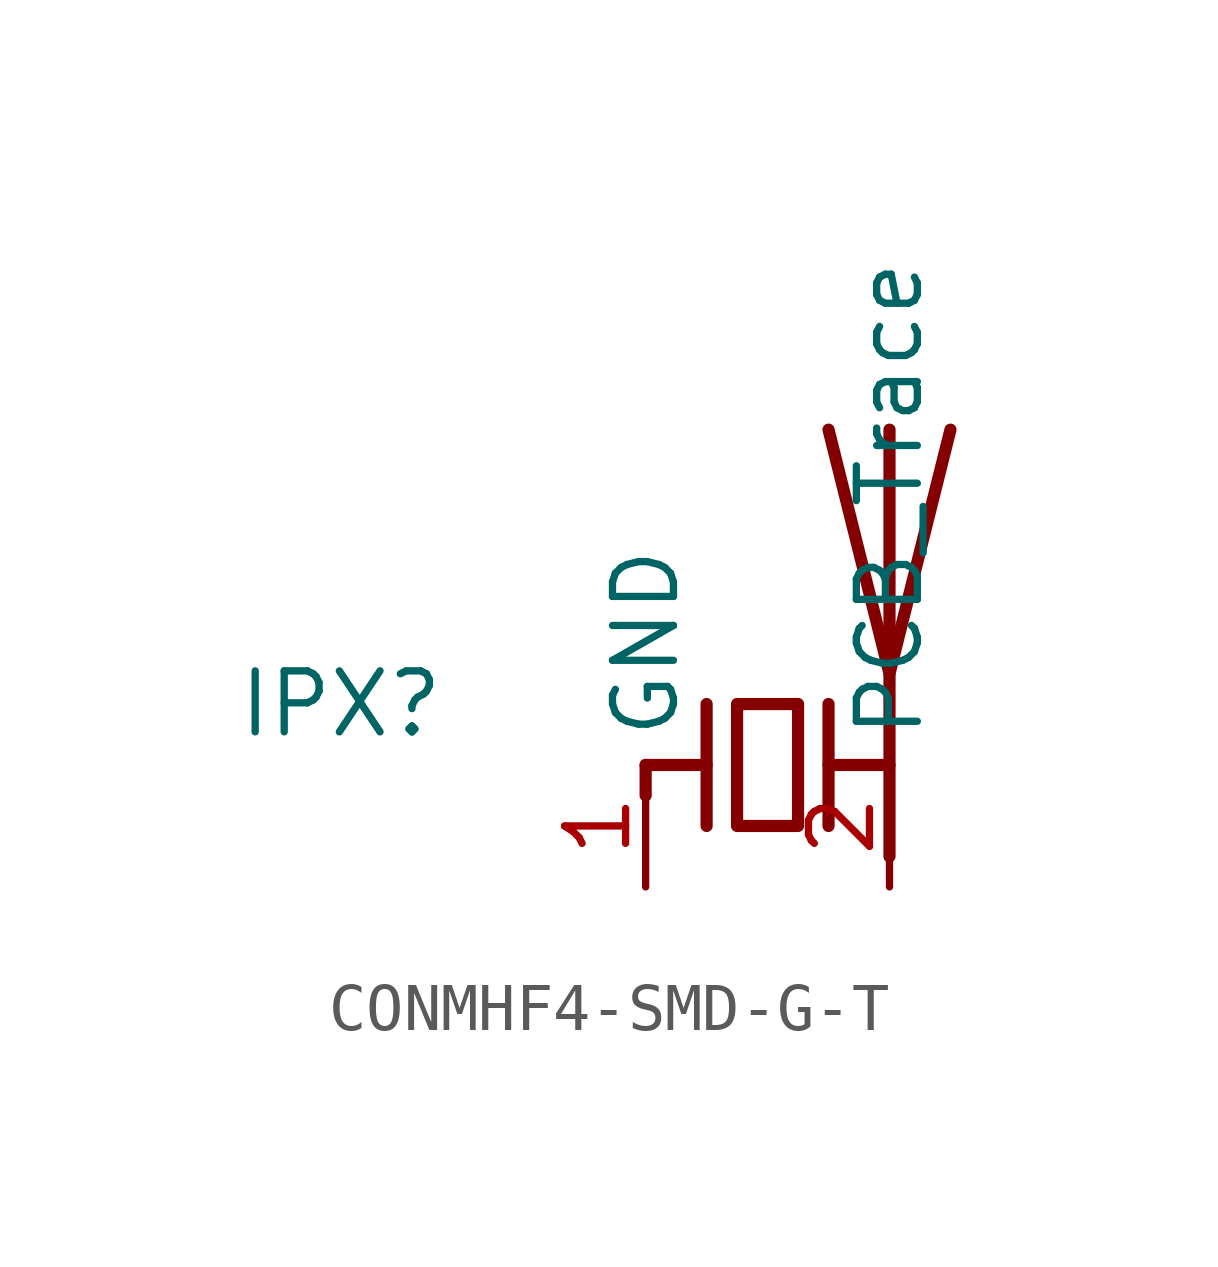
<source format=kicad_sym>
(kicad_symbol_lib
  (version 20220914)
  (generator kicad_symbol_editor)
  (symbol "CONMHF4-SMD-G-T"
    (property "Reference" "IPX"
      (at -8.89 1.27 0)
      (effects (font (size 1.27 1.27))))
    (property "Value" ""
      (at 0 0 0)
      (effects (font (size 1.27 1.27))))
    (symbol "CONMHF4-SMD-G-T_0_1"
      (polyline (pts (xy -2.54 0) (xy -2.54 -0.635)) (stroke (width 0.254) (type default)) (fill (type none)))
      (polyline (pts (xy -2.54 0) (xy -1.27 0)) (stroke (width 0.254) (type default)) (fill (type none)))
      (polyline (pts (xy 1.27 0) (xy 2.54 0)) (stroke (width 0.254) (type default)) (fill (type none)))
      (polyline (pts (xy 1.27 1.27) (xy 1.27 -1.27)) (stroke (width 0.254) (type default)) (fill (type none)))
      (polyline (pts (xy 2.54 -0.635) (xy 2.54 0)) (stroke (width 0) (type default)) (fill (type none)))
      (polyline (pts (xy 2.54 6.985) (xy 2.54 -1.905)) (stroke (width 0.254) (type default)) (fill (type none)))
      (polyline (pts (xy -1.27 1.27) (xy -1.27 -1.27) (xy -1.27 0)) (stroke (width 0.254) (type default)) (fill (type none)))
      (polyline (pts (xy 3.81 6.985) (xy 2.54 1.905) (xy 1.27 6.985)) (stroke (width 0.254) (type default)) (fill (type none)))
      (polyline (pts (xy -0.635 1.27) (xy 0.635 1.27) (xy 0.635 -1.27) (xy -0.635 -1.27) (xy -0.635 1.27)) (stroke (width 0.254) (type default)) (fill (type none))))
    (symbol "CONMHF4-SMD-G-T_1_1"
      (pin input line (at -2.54 -2.54 90) (length 2.54) (name "GND" (effects (font (size 1.27 1.27)))) (number "1" (effects (font (size 1.27 1.27)))))
      (pin passive line (at 2.54 -2.54 90) (length 2.54) (name "PCB_Trace" (effects (font (size 1.27 1.27)))) (number "2" (effects (font (size 1.27 1.27))))))))
</source>
